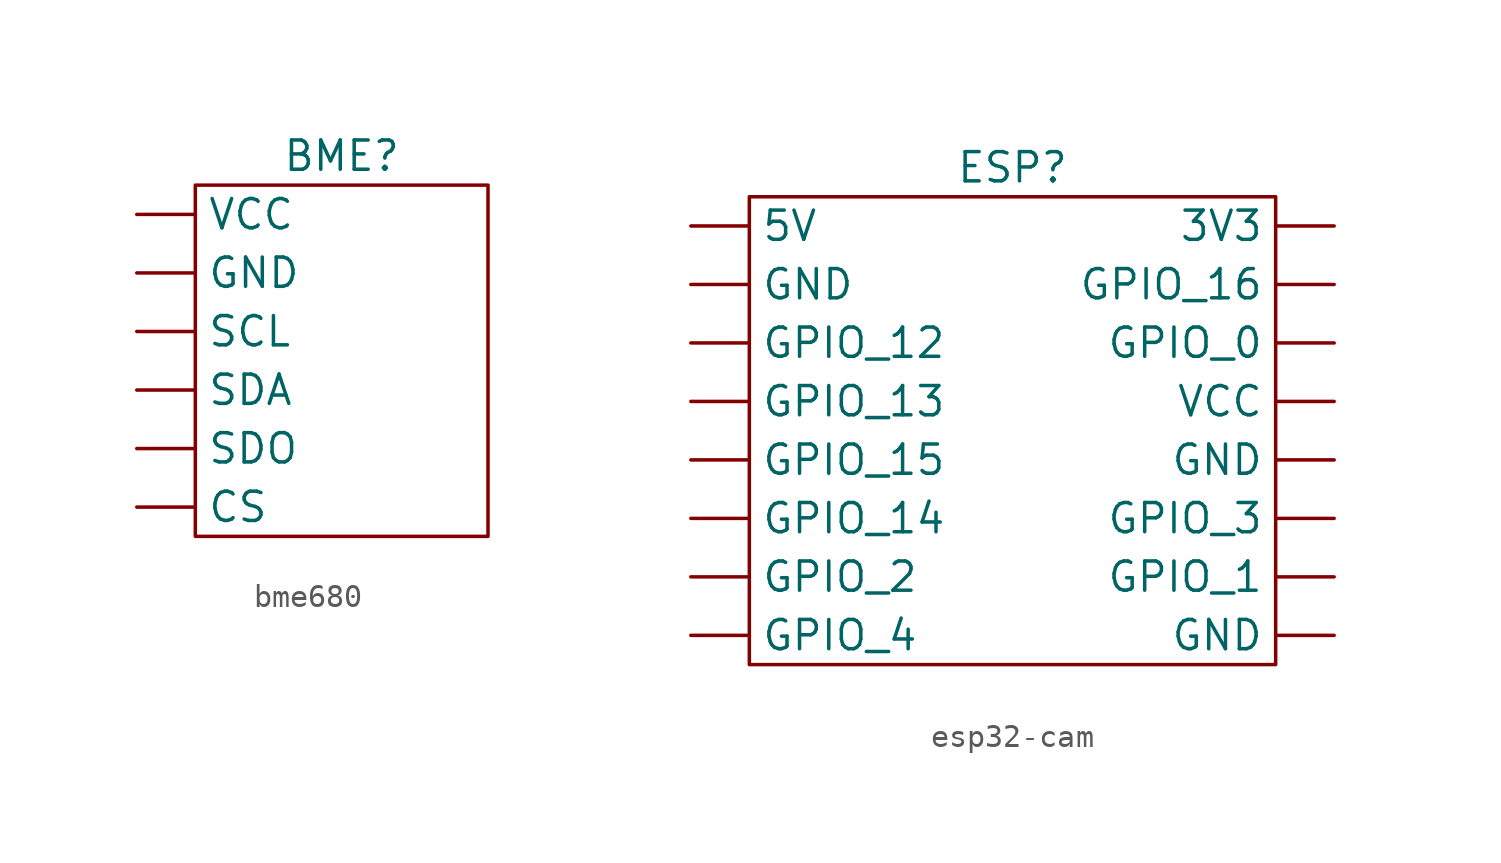
<source format=kicad_sym>
(kicad_symbol_lib
  (version 20220914)
  (generator kicad_symbol_editor)
  (symbol "bme680"
    (property "Reference" "BME"
      (at 0 8.89 0)
      (effects (font (size 1.27 1.27))))
    (property "Value" ""
      (at 0 0 0)
      (effects (font (size 1.27 1.27))))
    (symbol "bme680_0_1"
      (rectangle (start -6.35 7.62) (end 6.35 -7.62) (stroke (width 0) (type default)) (fill (type none))))
    (symbol "bme680_1_1"
      (pin unspecified line (at -8.89 -6.35 0) (length 2.54) (name "CS" (effects (font (size 1.27 1.27)))) (number "" (effects (font (size 1.27 1.27)))))
      (pin unspecified line (at -8.89 3.81 0) (length 2.54) (name "GND" (effects (font (size 1.27 1.27)))) (number "" (effects (font (size 1.27 1.27)))))
      (pin unspecified line (at -8.89 1.27 0) (length 2.54) (name "SCL" (effects (font (size 1.27 1.27)))) (number "" (effects (font (size 1.27 1.27)))))
      (pin unspecified line (at -8.89 -1.27 0) (length 2.54) (name "SDA" (effects (font (size 1.27 1.27)))) (number "" (effects (font (size 1.27 1.27)))))
      (pin unspecified line (at -8.89 -3.81 0) (length 2.54) (name "SDO" (effects (font (size 1.27 1.27)))) (number "" (effects (font (size 1.27 1.27)))))
      (pin unspecified line (at -8.89 6.35 0) (length 2.54) (name "VCC" (effects (font (size 1.27 1.27)))) (number "" (effects (font (size 1.27 1.27)))))))
  (symbol "esp32-cam"
    (property "Reference" "ESP"
      (at 0 11.43 0)
      (effects (font (size 1.27 1.27))))
    (property "Value" ""
      (at -2.54 0 0)
      (effects (font (size 1.27 1.27))))
    (symbol "esp32-cam_0_1"
      (rectangle (start -11.43 10.16) (end 11.43 -10.16) (stroke (width 0) (type default)) (fill (type none))))
    (symbol "esp32-cam_1_1"
      (pin unspecified line (at 13.97 8.89 180) (length 2.54) (name "3V3" (effects (font (size 1.27 1.27)))) (number "" (effects (font (size 1.27 1.27)))))
      (pin unspecified line (at -13.97 8.89 0) (length 2.54) (name "5V" (effects (font (size 1.27 1.27)))) (number "" (effects (font (size 1.27 1.27)))))
      (pin unspecified line (at -13.97 6.35 0) (length 2.54) (name "GND" (effects (font (size 1.27 1.27)))) (number "" (effects (font (size 1.27 1.27)))))
      (pin unspecified line (at 13.97 -8.89 180) (length 2.54) (name "GND" (effects (font (size 1.27 1.27)))) (number "" (effects (font (size 1.27 1.27)))))
      (pin unspecified line (at 13.97 -1.27 180) (length 2.54) (name "GND" (effects (font (size 1.27 1.27)))) (number "" (effects (font (size 1.27 1.27)))))
      (pin unspecified line (at 13.97 3.81 180) (length 2.54) (name "GPIO_0" (effects (font (size 1.27 1.27)))) (number "" (effects (font (size 1.27 1.27)))))
      (pin unspecified line (at 13.97 -6.35 180) (length 2.54) (name "GPIO_1" (effects (font (size 1.27 1.27)))) (number "" (effects (font (size 1.27 1.27)))))
      (pin unspecified line (at -13.97 3.81 0) (length 2.54) (name "GPIO_12" (effects (font (size 1.27 1.27)))) (number "" (effects (font (size 1.27 1.27)))))
      (pin unspecified line (at -13.97 1.27 0) (length 2.54) (name "GPIO_13" (effects (font (size 1.27 1.27)))) (number "" (effects (font (size 1.27 1.27)))))
      (pin unspecified line (at -13.97 -3.81 0) (length 2.54) (name "GPIO_14" (effects (font (size 1.27 1.27)))) (number "" (effects (font (size 1.27 1.27)))))
      (pin unspecified line (at -13.97 -1.27 0) (length 2.54) (name "GPIO_15" (effects (font (size 1.27 1.27)))) (number "" (effects (font (size 1.27 1.27)))))
      (pin unspecified line (at 13.97 6.35 180) (length 2.54) (name "GPIO_16" (effects (font (size 1.27 1.27)))) (number "" (effects (font (size 1.27 1.27)))))
      (pin unspecified line (at -13.97 -6.35 0) (length 2.54) (name "GPIO_2" (effects (font (size 1.27 1.27)))) (number "" (effects (font (size 1.27 1.27)))))
      (pin unspecified line (at 13.97 -3.81 180) (length 2.54) (name "GPIO_3" (effects (font (size 1.27 1.27)))) (number "" (effects (font (size 1.27 1.27)))))
      (pin unspecified line (at -13.97 -8.89 0) (length 2.54) (name "GPIO_4" (effects (font (size 1.27 1.27)))) (number "" (effects (font (size 1.27 1.27)))))
      (pin unspecified line (at 13.97 1.27 180) (length 2.54) (name "VCC" (effects (font (size 1.27 1.27)))) (number "" (effects (font (size 1.27 1.27))))))))
</source>
